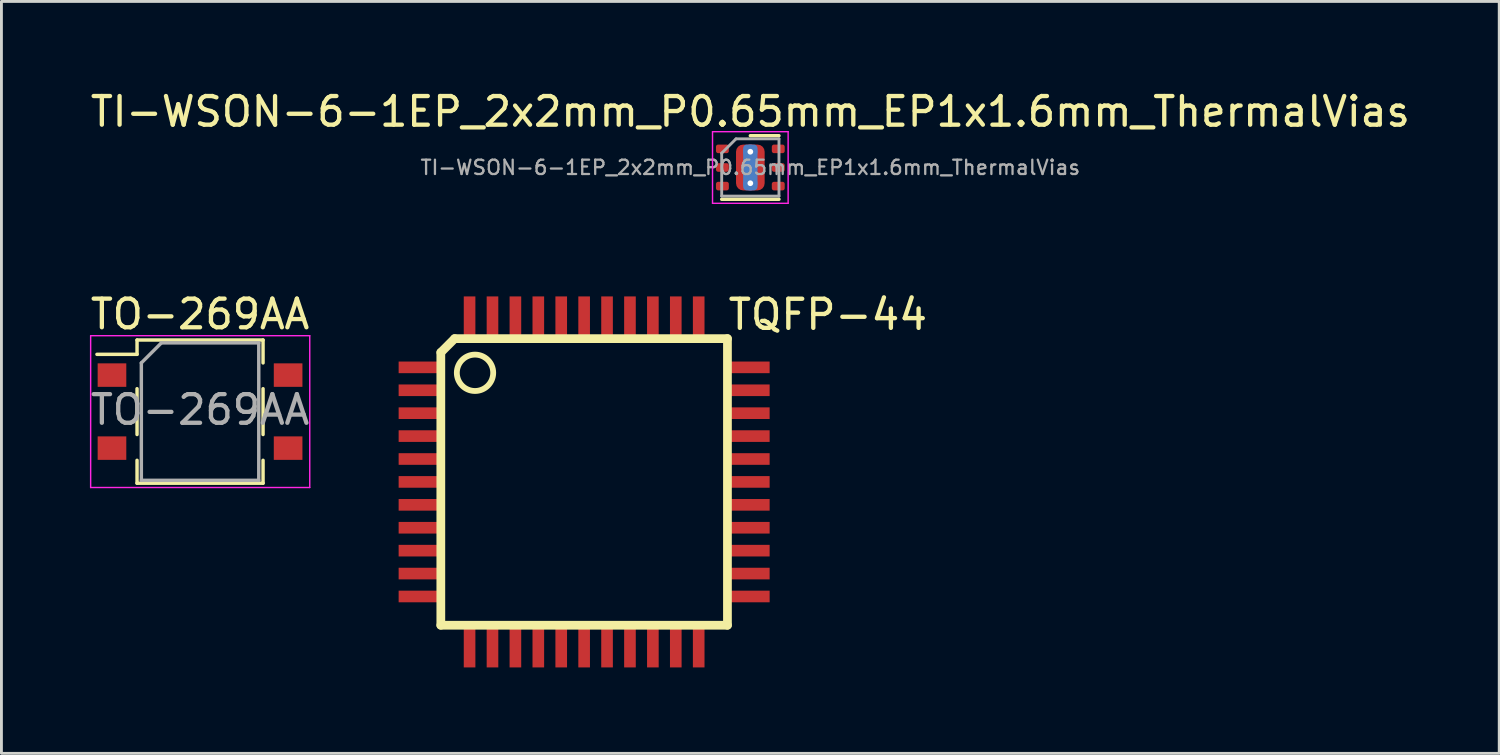
<source format=kicad_pcb>
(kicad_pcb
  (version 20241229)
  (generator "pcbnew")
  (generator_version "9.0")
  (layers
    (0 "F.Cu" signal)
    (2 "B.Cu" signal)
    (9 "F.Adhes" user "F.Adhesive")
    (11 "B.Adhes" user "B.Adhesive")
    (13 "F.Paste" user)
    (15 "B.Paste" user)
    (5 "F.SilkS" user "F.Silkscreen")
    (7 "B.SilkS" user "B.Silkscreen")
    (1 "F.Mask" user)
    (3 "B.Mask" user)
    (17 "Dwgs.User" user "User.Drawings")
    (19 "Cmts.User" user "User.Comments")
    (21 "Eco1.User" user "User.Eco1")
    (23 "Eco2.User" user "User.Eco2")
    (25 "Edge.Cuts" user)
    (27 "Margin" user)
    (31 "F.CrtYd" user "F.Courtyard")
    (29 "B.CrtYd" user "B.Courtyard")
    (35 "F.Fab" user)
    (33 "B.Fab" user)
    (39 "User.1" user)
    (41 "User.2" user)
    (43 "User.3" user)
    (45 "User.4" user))
  (footprint "TQFP-44"
    (layer "F.Cu")
    (at 17.346 13.777)
    (property "Reference" "TQFP-44" (at 8.509 -5.842 0) (layer "F.SilkS") (effects (font (size 1.016 1.016) (thickness 0.152))))
    (attr smd)
    (fp_line (start -5.004 -4.521) (end -5.004 5.004) (stroke (width 0.305) (type solid)) (layer "F.SilkS"))
    (fp_line (start -5.004 -4.521) (end -4.521 -5.004) (stroke (width 0.305) (type solid)) (layer "F.SilkS"))
    (fp_line (start -4.521 -5.004) (end 5.004 -5.004) (stroke (width 0.305) (type solid)) (layer "F.SilkS"))
    (fp_line (start 5.004 -5.004) (end 5.004 5.004) (stroke (width 0.305) (type solid)) (layer "F.SilkS"))
    (fp_line (start 5.004 5.004) (end -5.004 5.004) (stroke (width 0.305) (type solid)) (layer "F.SilkS"))
    (fp_circle (center -3.81 -3.81) (end -3.81 -3.175) (stroke (width 0.203) (type solid)) (fill no) (layer "F.SilkS"))
    (pad "1" smd rect (at -5.715 -4) (size 1.524 0.406) (layers "F.Cu" "F.Mask" "F.Paste"))
    (pad "2" smd rect (at -5.715 -3.2) (size 1.524 0.406) (layers "F.Cu" "F.Mask" "F.Paste"))
    (pad "3" smd rect (at -5.715 -2.4) (size 1.524 0.406) (layers "F.Cu" "F.Mask" "F.Paste"))
    (pad "4" smd rect (at -5.715 -1.6) (size 1.524 0.406) (layers "F.Cu" "F.Mask" "F.Paste"))
    (pad "5" smd rect (at -5.715 -0.8) (size 1.524 0.406) (layers "F.Cu" "F.Mask" "F.Paste"))
    (pad "6" smd rect (at -5.715 0) (size 1.524 0.406) (layers "F.Cu" "F.Mask" "F.Paste"))
    (pad "7" smd rect (at -5.715 0.8) (size 1.524 0.406) (layers "F.Cu" "F.Mask" "F.Paste"))
    (pad "8" smd rect (at -5.715 1.6) (size 1.524 0.406) (layers "F.Cu" "F.Mask" "F.Paste"))
    (pad "9" smd rect (at -5.715 2.4) (size 1.524 0.406) (layers "F.Cu" "F.Mask" "F.Paste"))
    (pad "10" smd rect (at -5.715 3.2) (size 1.524 0.406) (layers "F.Cu" "F.Mask" "F.Paste"))
    (pad "11" smd rect (at -5.715 4) (size 1.524 0.406) (layers "F.Cu" "F.Mask" "F.Paste"))
    (pad "12" smd rect (at -4 5.715) (size 0.406 1.524) (layers "F.Cu" "F.Mask" "F.Paste"))
    (pad "13" smd rect (at -3.2 5.715) (size 0.406 1.524) (layers "F.Cu" "F.Mask" "F.Paste"))
    (pad "14" smd rect (at -2.4 5.715) (size 0.406 1.524) (layers "F.Cu" "F.Mask" "F.Paste"))
    (pad "15" smd rect (at -1.6 5.715) (size 0.406 1.524) (layers "F.Cu" "F.Mask" "F.Paste"))
    (pad "16" smd rect (at -0.8 5.715) (size 0.406 1.524) (layers "F.Cu" "F.Mask" "F.Paste"))
    (pad "17" smd rect (at 0 5.715) (size 0.406 1.524) (layers "F.Cu" "F.Mask" "F.Paste"))
    (pad "18" smd rect (at 0.8 5.715) (size 0.406 1.524) (layers "F.Cu" "F.Mask" "F.Paste"))
    (pad "19" smd rect (at 1.6 5.715) (size 0.406 1.524) (layers "F.Cu" "F.Mask" "F.Paste"))
    (pad "20" smd rect (at 2.4 5.715) (size 0.406 1.524) (layers "F.Cu" "F.Mask" "F.Paste"))
    (pad "21" smd rect (at 3.2 5.715) (size 0.406 1.524) (layers "F.Cu" "F.Mask" "F.Paste"))
    (pad "22" smd rect (at 4 5.715) (size 0.406 1.524) (layers "F.Cu" "F.Mask" "F.Paste"))
    (pad "23" smd rect (at 5.715 4) (size 1.524 0.406) (layers "F.Cu" "F.Mask" "F.Paste"))
    (pad "24" smd rect (at 5.715 3.2) (size 1.524 0.406) (layers "F.Cu" "F.Mask" "F.Paste"))
    (pad "25" smd rect (at 5.715 2.4) (size 1.524 0.406) (layers "F.Cu" "F.Mask" "F.Paste"))
    (pad "26" smd rect (at 5.715 1.6) (size 1.524 0.406) (layers "F.Cu" "F.Mask" "F.Paste"))
    (pad "27" smd rect (at 5.715 0.8) (size 1.524 0.406) (layers "F.Cu" "F.Mask" "F.Paste"))
    (pad "28" smd rect (at 5.715 0) (size 1.524 0.406) (layers "F.Cu" "F.Mask" "F.Paste"))
    (pad "29" smd rect (at 5.715 -0.8) (size 1.524 0.406) (layers "F.Cu" "F.Mask" "F.Paste"))
    (pad "30" smd rect (at 5.715 -1.6) (size 1.524 0.406) (layers "F.Cu" "F.Mask" "F.Paste"))
    (pad "31" smd rect (at 5.715 -2.4) (size 1.524 0.406) (layers "F.Cu" "F.Mask" "F.Paste"))
    (pad "32" smd rect (at 5.715 -3.2) (size 1.524 0.406) (layers "F.Cu" "F.Mask" "F.Paste"))
    (pad "33" smd rect (at 5.715 -4) (size 1.524 0.406) (layers "F.Cu" "F.Mask" "F.Paste"))
    (pad "34" smd rect (at 4 -5.715) (size 0.406 1.524) (layers "F.Cu" "F.Mask" "F.Paste"))
    (pad "35" smd rect (at 3.2 -5.715) (size 0.406 1.524) (layers "F.Cu" "F.Mask" "F.Paste"))
    (pad "36" smd rect (at 2.4 -5.715) (size 0.406 1.524) (layers "F.Cu" "F.Mask" "F.Paste"))
    (pad "37" smd rect (at 1.6 -5.715) (size 0.406 1.524) (layers "F.Cu" "F.Mask" "F.Paste"))
    (pad "38" smd rect (at 0.8 -5.715) (size 0.406 1.524) (layers "F.Cu" "F.Mask" "F.Paste"))
    (pad "39" smd rect (at 0 -5.715) (size 0.406 1.524) (layers "F.Cu" "F.Mask" "F.Paste"))
    (pad "40" smd rect (at -0.8 -5.715) (size 0.406 1.524) (layers "F.Cu" "F.Mask" "F.Paste"))
    (pad "41" smd rect (at -1.6 -5.715) (size 0.406 1.524) (layers "F.Cu" "F.Mask" "F.Paste"))
    (pad "42" smd rect (at -2.4 -5.715) (size 0.406 1.524) (layers "F.Cu" "F.Mask" "F.Paste"))
    (pad "43" smd rect (at -3.2 -5.715) (size 0.406 1.524) (layers "F.Cu" "F.Mask" "F.Paste"))
    (pad "44" smd rect (at -4 -5.715) (size 0.406 1.524) (layers "F.Cu" "F.Mask" "F.Paste")))
  (footprint "TO-269AA"
    (layer "F.Cu")
    (at 3.935 11.322)
    (property "Reference" "TO-269AA" (at 0 -3.4 0) (layer "F.SilkS") (effects (font (size 1 1) (thickness 0.15))))
    (attr smd)
    (fp_line (start -2.2 -2.5) (end -2.2 -2) (stroke (width 0.12) (type solid)) (layer "F.SilkS"))
    (fp_line (start -2.2 -2) (end -3.6 -2) (stroke (width 0.12) (type solid)) (layer "F.SilkS"))
    (fp_line (start -2.2 -0.8) (end -2.2 0.8) (stroke (width 0.12) (type solid)) (layer "F.SilkS"))
    (fp_line (start -2.2 2.5) (end -2.2 1.7) (stroke (width 0.12) (type solid)) (layer "F.SilkS"))
    (fp_line (start 2.2 -2.5) (end -2.2 -2.5) (stroke (width 0.12) (type solid)) (layer "F.SilkS"))
    (fp_line (start 2.2 -1.7) (end 2.2 -2.5) (stroke (width 0.12) (type solid)) (layer "F.SilkS"))
    (fp_line (start 2.2 -0.8) (end 2.2 0.8) (stroke (width 0.12) (type solid)) (layer "F.SilkS"))
    (fp_line (start 2.2 1.7) (end 2.2 2.5) (stroke (width 0.12) (type solid)) (layer "F.SilkS"))
    (fp_line (start 2.2 2.5) (end -2.2 2.5) (stroke (width 0.12) (type solid)) (layer "F.SilkS"))
    (fp_line (start -3.82 -2.65) (end -3.82 2.65) (stroke (width 0.05) (type solid)) (layer "F.CrtYd"))
    (fp_line (start -3.82 -2.65) (end 3.83 -2.65) (stroke (width 0.05) (type solid)) (layer "F.CrtYd"))
    (fp_line (start 3.83 2.65) (end -3.82 2.65) (stroke (width 0.05) (type solid)) (layer "F.CrtYd"))
    (fp_line (start 3.83 2.65) (end 3.83 -2.65) (stroke (width 0.05) (type solid)) (layer "F.CrtYd"))
    (fp_line (start -2.05 -1.7) (end -1.35 -2.4) (stroke (width 0.12) (type solid)) (layer "F.Fab"))
    (fp_line (start -2.05 2.4) (end -2.05 -1.7) (stroke (width 0.12) (type solid)) (layer "F.Fab"))
    (fp_line (start -1.35 -2.4) (end 2.05 -2.4) (stroke (width 0.12) (type solid)) (layer "F.Fab"))
    (fp_line (start 2.05 -2.4) (end 2.05 2.4) (stroke (width 0.12) (type solid)) (layer "F.Fab"))
    (fp_line (start 2.05 2.4) (end -2.05 2.4) (stroke (width 0.12) (type solid)) (layer "F.Fab"))
    (fp_text user "${REFERENCE}" (at 0 -0.065 0) (layer "F.Fab") (effects (font (size 1 1) (thickness 0.15))))
    (pad "1" smd rect (at -3.075 -1.275) (size 1 0.82) (layers "F.Cu" "F.Mask" "F.Paste"))
    (pad "2" smd rect (at -3.075 1.275) (size 1 0.82) (layers "F.Cu" "F.Mask" "F.Paste"))
    (pad "3" smd rect (at 3.075 1.275) (size 1 0.82) (layers "F.Cu" "F.Mask" "F.Paste"))
    (pad "4" smd rect (at 3.075 -1.275) (size 1 0.82) (layers "F.Cu" "F.Mask" "F.Paste")))
  (footprint "TI-WSON-6-1EP_2x2mm_P0.65mm_EP1x1.6mm_ThermalVias"
    (layer "F.Cu")
    (at 23.149 2.798)
    (property "Reference" "TI-WSON-6-1EP_2x2mm_P0.65mm_EP1x1.6mm_ThermalVias" (at 0 -1.95 0) (layer "F.SilkS") (effects (font (size 1 1) (thickness 0.15))))
    (attr smd)
    (fp_line (start -1 1.11) (end 1 1.11) (stroke (width 0.12) (type solid)) (layer "F.SilkS"))
    (fp_line (start 0 -1.11) (end 1 -1.11) (stroke (width 0.12) (type solid)) (layer "F.SilkS"))
    (fp_line (start -1.32 -1.25) (end -1.32 1.25) (stroke (width 0.05) (type solid)) (layer "F.CrtYd"))
    (fp_line (start -1.32 1.25) (end 1.32 1.25) (stroke (width 0.05) (type solid)) (layer "F.CrtYd"))
    (fp_line (start 1.32 -1.25) (end -1.32 -1.25) (stroke (width 0.05) (type solid)) (layer "F.CrtYd"))
    (fp_line (start 1.32 1.25) (end 1.32 -1.25) (stroke (width 0.05) (type solid)) (layer "F.CrtYd"))
    (fp_line (start -1 -0.5) (end -0.5 -1) (stroke (width 0.1) (type solid)) (layer "F.Fab"))
    (fp_line (start -1 1) (end -1 -0.5) (stroke (width 0.1) (type solid)) (layer "F.Fab"))
    (fp_line (start -0.5 -1) (end 1 -1) (stroke (width 0.1) (type solid)) (layer "F.Fab"))
    (fp_line (start 1 -1) (end 1 1) (stroke (width 0.1) (type solid)) (layer "F.Fab"))
    (fp_line (start 1 1) (end -1 1) (stroke (width 0.1) (type solid)) (layer "F.Fab"))
    (fp_text user "${REFERENCE}" (at 0 0 0) (layer "F.Fab") (effects (font (size 0.5 0.5) (thickness 0.08))))
    (pad "" smd roundrect (at 0 -0.4) (size 0.87 0.69) (layers "F.Paste") (roundrect_rratio 0.25))
    (pad "" smd roundrect (at 0 0.4) (size 0.87 0.69) (layers "F.Paste") (roundrect_rratio 0.25))
    (pad "1" smd roundrect (at -0.975 -0.65) (size 0.45 0.3) (layers "F.Cu" "F.Mask" "F.Paste") (roundrect_rratio 0.25))
    (pad "2" smd roundrect (at -0.975 0) (size 0.45 0.3) (layers "F.Cu" "F.Mask" "F.Paste") (roundrect_rratio 0.25))
    (pad "3" smd roundrect (at -0.975 0.65) (size 0.45 0.3) (layers "F.Cu" "F.Mask" "F.Paste") (roundrect_rratio 0.25))
    (pad "4" smd roundrect (at 0.975 0.65) (size 0.45 0.3) (layers "F.Cu" "F.Mask" "F.Paste") (roundrect_rratio 0.25))
    (pad "5" smd roundrect (at 0.975 0) (size 0.45 0.3) (layers "F.Cu" "F.Mask" "F.Paste") (roundrect_rratio 0.25))
    (pad "6" smd roundrect (at 0.975 -0.65) (size 0.45 0.3) (layers "F.Cu" "F.Mask" "F.Paste") (roundrect_rratio 0.25))
    (pad "7" thru_hole circle (at 0 -0.55) (size 0.5 0.5) (drill 0.2) (layers "*.Cu"))
    (pad "7" smd roundrect (at 0 0) (size 0.5 1.6) (layers "B.Cu") (roundrect_rratio 0.25))
    (pad "7" smd roundrect (at 0 0) (size 1 1.6) (layers "F.Cu" "F.Mask") (roundrect_rratio 0.25))
    (pad "7" thru_hole circle (at 0 0.55) (size 0.5 0.5) (drill 0.2) (layers "*.Cu")))
  (gr_rect
    (start -3 -3)
    (end 49.298 23.254)
    (stroke (width 0.1) (type default))
    (fill no)
    (layer "Edge.Cuts")))
</source>
